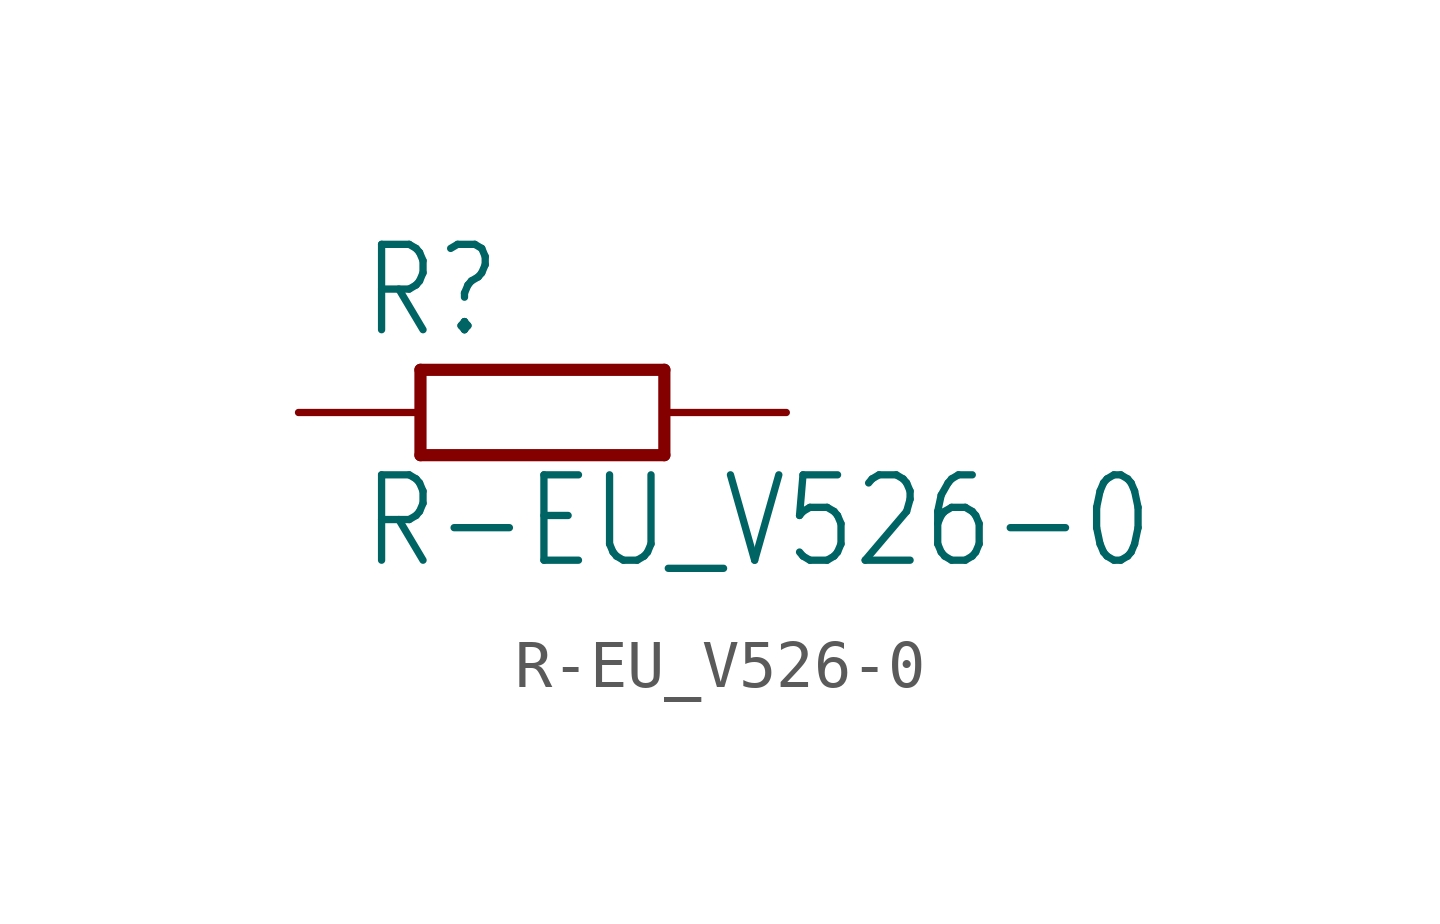
<source format=kicad_sym>
(kicad_symbol_lib
  (version 20220914)
  (generator kicad_symbol_editor)
  (symbol "R-EU_V526-0"
    (property "Reference" "R"
      (at -3.81 1.499 0)
      (effects (font (size 1.778 1.511)) (justify left bottom)))
    (property "Value" "R-EU_V526-0"
      (at -3.81 -3.302 0)
      (effects (font (size 1.778 1.511)) (justify left bottom)))
    (property "ki_locked" ""
      (at 0 0 0)
      (effects (font (size 1.27 1.27))))
    (symbol "R-EU_V526-0_1_0"
      (polyline (pts (xy -2.54 -0.889) (xy -2.54 0.889)) (stroke (width 0.254) (type default)) (fill (type none)))
      (polyline (pts (xy -2.54 -0.889) (xy 2.54 -0.889)) (stroke (width 0.254) (type default)) (fill (type none)))
      (polyline (pts (xy 2.54 -0.889) (xy 2.54 0.889)) (stroke (width 0.254) (type default)) (fill (type none)))
      (polyline (pts (xy 2.54 0.889) (xy -2.54 0.889)) (stroke (width 0.254) (type default)) (fill (type none)))
      (pin passive line (at -5.08 0 0) (length 2.54) (name "1" (effects (font (size 0 0)))) (number "1" (effects (font (size 0 0)))))
      (pin passive line (at 5.08 0 180) (length 2.54) (name "2" (effects (font (size 0 0)))) (number "2" (effects (font (size 0 0))))))))
</source>
